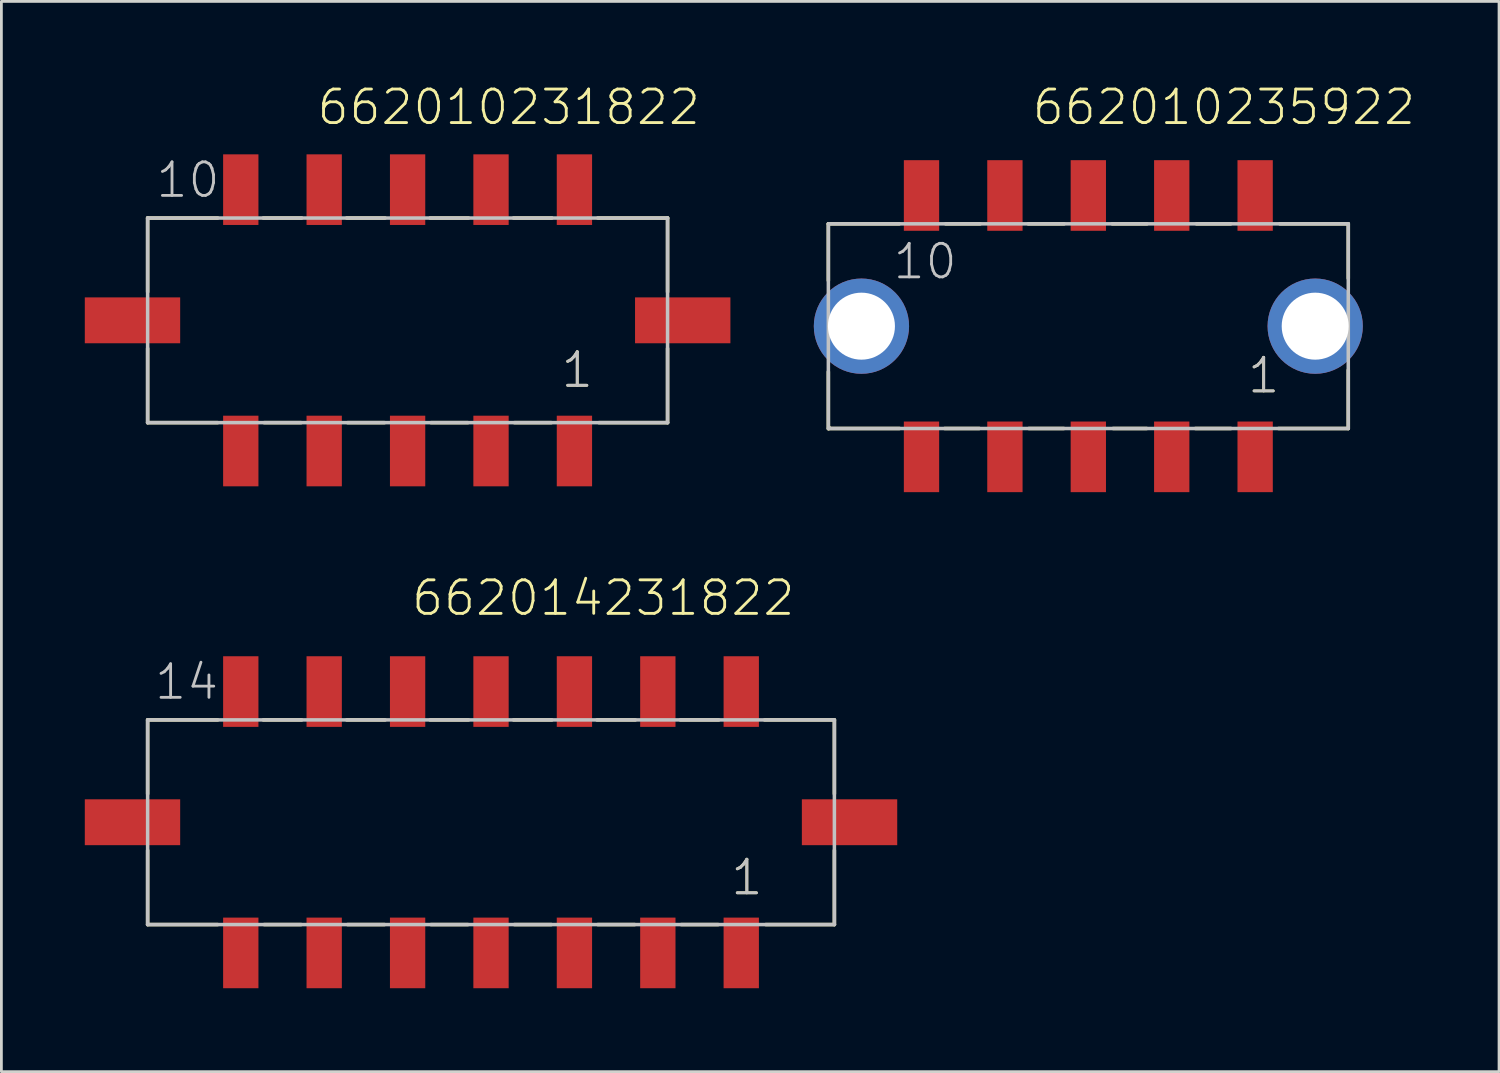
<source format=kicad_pcb>
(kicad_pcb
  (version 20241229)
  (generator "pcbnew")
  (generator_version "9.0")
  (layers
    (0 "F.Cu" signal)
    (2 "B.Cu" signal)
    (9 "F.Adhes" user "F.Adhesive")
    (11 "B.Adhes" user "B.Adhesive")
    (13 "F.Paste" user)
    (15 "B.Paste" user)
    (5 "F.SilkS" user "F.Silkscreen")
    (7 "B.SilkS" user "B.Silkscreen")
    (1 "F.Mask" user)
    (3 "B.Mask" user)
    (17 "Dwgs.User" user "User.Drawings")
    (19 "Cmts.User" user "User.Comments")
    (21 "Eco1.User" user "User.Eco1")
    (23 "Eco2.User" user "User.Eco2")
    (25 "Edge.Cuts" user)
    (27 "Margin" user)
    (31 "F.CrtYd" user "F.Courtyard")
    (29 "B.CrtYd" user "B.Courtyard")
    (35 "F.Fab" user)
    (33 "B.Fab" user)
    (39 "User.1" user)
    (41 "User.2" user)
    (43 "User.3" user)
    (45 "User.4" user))
  (footprint "662014231822"
    (layer "F.Cu")
    (at 14.61 26.523)
    (property "Reference" "662014231822" (at -2.92 -7.36 0) (layer "F.SilkS") (effects (font (size 1.206 1.206) (thickness 0.102)) (justify left bottom)))
    (attr through_hole)
    (fp_line (start -12.35 -3.68) (end -12.35 -1.02) (stroke (width 0.127) (type solid)) (layer "F.SilkS"))
    (fp_line (start -12.35 1.01) (end -12.35 3.68) (stroke (width 0.127) (type solid)) (layer "F.SilkS"))
    (fp_line (start -9.83 -3.68) (end -12.35 -3.68) (stroke (width 0.127) (type solid)) (layer "F.SilkS"))
    (fp_line (start -9.83 3.68) (end -12.35 3.68) (stroke (width 0.127) (type solid)) (layer "F.SilkS"))
    (fp_line (start -8.19 -3.68) (end -6.81 -3.68) (stroke (width 0.127) (type solid)) (layer "F.SilkS"))
    (fp_line (start -8.16 3.68) (end -6.83 3.68) (stroke (width 0.127) (type solid)) (layer "F.SilkS"))
    (fp_line (start -5.19 -3.68) (end -3.81 -3.68) (stroke (width 0.127) (type solid)) (layer "F.SilkS"))
    (fp_line (start -5.16 3.68) (end -3.83 3.68) (stroke (width 0.127) (type solid)) (layer "F.SilkS"))
    (fp_line (start -2.19 -3.68) (end -0.81 -3.68) (stroke (width 0.127) (type solid)) (layer "F.SilkS"))
    (fp_line (start -2.16 3.68) (end -0.83 3.68) (stroke (width 0.127) (type solid)) (layer "F.SilkS"))
    (fp_line (start 0.81 -3.68) (end 2.19 -3.68) (stroke (width 0.127) (type solid)) (layer "F.SilkS"))
    (fp_line (start 0.84 3.68) (end 2.17 3.68) (stroke (width 0.127) (type solid)) (layer "F.SilkS"))
    (fp_line (start 3.81 -3.68) (end 5.19 -3.68) (stroke (width 0.127) (type solid)) (layer "F.SilkS"))
    (fp_line (start 3.84 3.68) (end 5.17 3.68) (stroke (width 0.127) (type solid)) (layer "F.SilkS"))
    (fp_line (start 6.81 -3.68) (end 8.19 -3.68) (stroke (width 0.127) (type solid)) (layer "F.SilkS"))
    (fp_line (start 6.84 3.68) (end 8.17 3.68) (stroke (width 0.127) (type solid)) (layer "F.SilkS"))
    (fp_line (start 9.84 -3.68) (end 12.35 -3.68) (stroke (width 0.127) (type solid)) (layer "F.SilkS"))
    (fp_line (start 12.35 -3.68) (end 12.35 -1.02) (stroke (width 0.127) (type solid)) (layer "F.SilkS"))
    (fp_line (start 12.35 1.01) (end 12.35 3.68) (stroke (width 0.127) (type solid)) (layer "F.SilkS"))
    (fp_line (start 12.35 3.68) (end 9.88 3.68) (stroke (width 0.127) (type solid)) (layer "F.SilkS"))
    (fp_line (start -12.35 -3.68) (end 12.35 -3.68) (stroke (width 0.127) (type solid)) (layer "Dwgs.User"))
    (fp_line (start -12.35 3.68) (end -12.35 -3.68) (stroke (width 0.127) (type solid)) (layer "Dwgs.User"))
    (fp_line (start 12.35 -3.68) (end 12.35 3.68) (stroke (width 0.127) (type solid)) (layer "Dwgs.User"))
    (fp_line (start 12.35 3.68) (end -12.35 3.68) (stroke (width 0.127) (type solid)) (layer "Dwgs.User"))
    (fp_text user "1" (at 8.56 2.69 0) (layer "F.SilkS") (effects (font (size 1.206 1.206) (thickness 0.102)) (justify left bottom)))
    (fp_text user "14" (at -12.165 -4.34 0) (layer "Dwgs.User") (effects (font (size 1.206 1.206) (thickness 0.102)) (justify left bottom)))
    (fp_text user "1" (at 8.56 2.69 0) (layer "Dwgs.User") (effects (font (size 1.206 1.206) (thickness 0.102)) (justify left bottom)))
    (pad "1" smd rect (at 9 4.7 90) (size 2.54 1.27) (layers "F.Cu" "F.Mask" "F.Paste"))
    (pad "2" smd rect (at 6 4.7 90) (size 2.54 1.27) (layers "F.Cu" "F.Mask" "F.Paste"))
    (pad "3" smd rect (at 3 4.7 90) (size 2.54 1.27) (layers "F.Cu" "F.Mask" "F.Paste"))
    (pad "4" smd rect (at 0 4.7 90) (size 2.54 1.27) (layers "F.Cu" "F.Mask" "F.Paste"))
    (pad "5" smd rect (at -3 4.7 90) (size 2.54 1.27) (layers "F.Cu" "F.Mask" "F.Paste"))
    (pad "6" smd rect (at -6 4.7 90) (size 2.54 1.27) (layers "F.Cu" "F.Mask" "F.Paste"))
    (pad "7" smd rect (at -9 4.7 90) (size 2.54 1.27) (layers "F.Cu" "F.Mask" "F.Paste"))
    (pad "8" smd rect (at 9 -4.7 90) (size 2.54 1.27) (layers "F.Cu" "F.Mask" "F.Paste"))
    (pad "9" smd rect (at 6 -4.7 90) (size 2.54 1.27) (layers "F.Cu" "F.Mask" "F.Paste"))
    (pad "10" smd rect (at 3 -4.7 90) (size 2.54 1.27) (layers "F.Cu" "F.Mask" "F.Paste"))
    (pad "11" smd rect (at 0 -4.7 90) (size 2.54 1.27) (layers "F.Cu" "F.Mask" "F.Paste"))
    (pad "12" smd rect (at -3 -4.7 90) (size 2.54 1.27) (layers "F.Cu" "F.Mask" "F.Paste"))
    (pad "13" smd rect (at -6 -4.7 90) (size 2.54 1.27) (layers "F.Cu" "F.Mask" "F.Paste"))
    (pad "14" smd rect (at -9 -4.7 90) (size 2.54 1.27) (layers "F.Cu" "F.Mask" "F.Paste"))
    (pad "M1" smd rect (at 12.895 0 180) (size 3.43 1.65) (layers "F.Cu" "F.Mask" "F.Paste"))
    (pad "M2" smd rect (at -12.895 0 180) (size 3.43 1.65) (layers "F.Cu" "F.Mask" "F.Paste")))
  (footprint "662010235922"
    (layer "F.Cu")
    (at 36.093 8.681)
    (property "Reference" "662010235922" (at -2.08 -7.17 0) (layer "F.SilkS") (effects (font (size 1.206 1.206) (thickness 0.102)) (justify left bottom)))
    (attr through_hole)
    (fp_line (start -9.35 -3.68) (end -9.35 -1.64) (stroke (width 0.127) (type solid)) (layer "F.SilkS"))
    (fp_line (start -9.35 1.64) (end -9.35 3.69) (stroke (width 0.127) (type solid)) (layer "F.SilkS"))
    (fp_line (start -9.33 3.68) (end -9.33 3.63) (stroke (width 0.127) (type solid)) (layer "F.SilkS"))
    (fp_line (start -6.8 -3.68) (end -9.35 -3.68) (stroke (width 0.127) (type solid)) (layer "F.SilkS"))
    (fp_line (start -6.79 3.68) (end -9.33 3.68) (stroke (width 0.127) (type solid)) (layer "F.SilkS"))
    (fp_line (start -5.17 3.68) (end -3.92 3.68) (stroke (width 0.127) (type solid)) (layer "F.SilkS"))
    (fp_line (start -5.13 -3.68) (end -3.89 -3.68) (stroke (width 0.127) (type solid)) (layer "F.SilkS"))
    (fp_line (start -2.16 -3.68) (end -0.87 -3.68) (stroke (width 0.127) (type solid)) (layer "F.SilkS"))
    (fp_line (start -2.14 3.68) (end -0.88 3.68) (stroke (width 0.127) (type solid)) (layer "F.SilkS"))
    (fp_line (start 0.86 -3.68) (end 2.11 -3.68) (stroke (width 0.127) (type solid)) (layer "F.SilkS"))
    (fp_line (start 0.89 3.68) (end 2.1 3.68) (stroke (width 0.127) (type solid)) (layer "F.SilkS"))
    (fp_line (start 3.85 3.68) (end 5.13 3.68) (stroke (width 0.127) (type solid)) (layer "F.SilkS"))
    (fp_line (start 3.89 -3.68) (end 5.12 -3.68) (stroke (width 0.127) (type solid)) (layer "F.SilkS"))
    (fp_line (start 6.84 3.68) (end 9.35 3.68) (stroke (width 0.127) (type solid)) (layer "F.SilkS"))
    (fp_line (start 6.89 -3.68) (end 9.35 -3.68) (stroke (width 0.127) (type solid)) (layer "F.SilkS"))
    (fp_line (start 9.35 -3.68) (end 9.35 -1.72) (stroke (width 0.127) (type solid)) (layer "F.SilkS"))
    (fp_line (start 9.35 3.68) (end 9.35 1.58) (stroke (width 0.127) (type solid)) (layer "F.SilkS"))
    (fp_line (start -9.35 -3.68) (end 9.35 -3.68) (stroke (width 0.127) (type solid)) (layer "Dwgs.User"))
    (fp_line (start -9.35 3.68) (end -9.35 -3.68) (stroke (width 0.127) (type solid)) (layer "Dwgs.User"))
    (fp_line (start 9.35 -3.68) (end 9.35 3.68) (stroke (width 0.127) (type solid)) (layer "Dwgs.User"))
    (fp_line (start 9.35 3.68) (end -9.35 3.68) (stroke (width 0.127) (type solid)) (layer "Dwgs.User"))
    (fp_text user "1" (at 5.665 2.48 0) (layer "F.SilkS") (effects (font (size 1.206 1.206) (thickness 0.102)) (justify left bottom)))
    (fp_text user "1" (at 5.665 2.48 0) (layer "Dwgs.User") (effects (font (size 1.206 1.206) (thickness 0.102)) (justify left bottom)))
    (fp_text user "10" (at -7.085 -1.62 0) (layer "Dwgs.User") (effects (font (size 1.206 1.206) (thickness 0.102)) (justify left bottom)))
    (pad "1" smd rect (at 6 4.7 90) (size 2.54 1.27) (layers "F.Cu" "F.Mask" "F.Paste"))
    (pad "2" smd rect (at 3 4.7 90) (size 2.54 1.27) (layers "F.Cu" "F.Mask" "F.Paste"))
    (pad "3" smd rect (at 0 4.7 90) (size 2.54 1.27) (layers "F.Cu" "F.Mask" "F.Paste"))
    (pad "4" smd rect (at -3 4.7 90) (size 2.54 1.27) (layers "F.Cu" "F.Mask" "F.Paste"))
    (pad "5" smd rect (at -6 4.7 90) (size 2.54 1.27) (layers "F.Cu" "F.Mask" "F.Paste"))
    (pad "6" smd rect (at 6 -4.7 90) (size 2.54 1.27) (layers "F.Cu" "F.Mask" "F.Paste"))
    (pad "7" smd rect (at 3 -4.7 90) (size 2.54 1.27) (layers "F.Cu" "F.Mask" "F.Paste"))
    (pad "8" smd rect (at 0 -4.7 90) (size 2.54 1.27) (layers "F.Cu" "F.Mask" "F.Paste"))
    (pad "9" smd rect (at -3 -4.7 90) (size 2.54 1.27) (layers "F.Cu" "F.Mask" "F.Paste"))
    (pad "10" smd rect (at -6 -4.7 90) (size 2.54 1.27) (layers "F.Cu" "F.Mask" "F.Paste"))
    (pad "Z1" thru_hole circle (at -8.16 0) (size 3.426 3.426) (drill 2.41) (layers "*.Cu" "*.Mask"))
    (pad "Z2" thru_hole circle (at 8.16 0) (size 3.426 3.426) (drill 2.41) (layers "*.Cu" "*.Mask")))
  (footprint "662010231822"
    (layer "F.Cu")
    (at 11.61 8.471)
    (property "Reference" "662010231822" (at -3.32 -6.96 0) (layer "F.SilkS") (effects (font (size 1.206 1.206) (thickness 0.102)) (justify left bottom)))
    (attr through_hole)
    (fp_line (start -9.35 -3.68) (end -9.35 -1.02) (stroke (width 0.127) (type solid)) (layer "F.SilkS"))
    (fp_line (start -9.35 1.01) (end -9.35 3.68) (stroke (width 0.127) (type solid)) (layer "F.SilkS"))
    (fp_line (start -6.83 -3.68) (end -9.35 -3.68) (stroke (width 0.127) (type solid)) (layer "F.SilkS"))
    (fp_line (start -6.83 3.68) (end -9.35 3.68) (stroke (width 0.127) (type solid)) (layer "F.SilkS"))
    (fp_line (start -5.19 -3.68) (end -3.81 -3.68) (stroke (width 0.127) (type solid)) (layer "F.SilkS"))
    (fp_line (start -5.16 3.68) (end -3.83 3.68) (stroke (width 0.127) (type solid)) (layer "F.SilkS"))
    (fp_line (start -2.19 -3.68) (end -0.81 -3.68) (stroke (width 0.127) (type solid)) (layer "F.SilkS"))
    (fp_line (start -2.16 3.68) (end -0.83 3.68) (stroke (width 0.127) (type solid)) (layer "F.SilkS"))
    (fp_line (start 0.81 -3.68) (end 2.19 -3.68) (stroke (width 0.127) (type solid)) (layer "F.SilkS"))
    (fp_line (start 0.84 3.68) (end 2.17 3.68) (stroke (width 0.127) (type solid)) (layer "F.SilkS"))
    (fp_line (start 3.81 -3.68) (end 5.19 -3.68) (stroke (width 0.127) (type solid)) (layer "F.SilkS"))
    (fp_line (start 3.84 3.68) (end 5.17 3.68) (stroke (width 0.127) (type solid)) (layer "F.SilkS"))
    (fp_line (start 6.84 -3.68) (end 9.35 -3.68) (stroke (width 0.127) (type solid)) (layer "F.SilkS"))
    (fp_line (start 9.35 -3.68) (end 9.35 -1.02) (stroke (width 0.127) (type solid)) (layer "F.SilkS"))
    (fp_line (start 9.35 1.01) (end 9.35 3.68) (stroke (width 0.127) (type solid)) (layer "F.SilkS"))
    (fp_line (start 9.35 3.68) (end 6.88 3.68) (stroke (width 0.127) (type solid)) (layer "F.SilkS"))
    (fp_line (start -9.35 -3.68) (end 9.35 -3.68) (stroke (width 0.127) (type solid)) (layer "Dwgs.User"))
    (fp_line (start -9.35 3.68) (end -9.35 -3.68) (stroke (width 0.127) (type solid)) (layer "Dwgs.User"))
    (fp_line (start 9.35 -3.68) (end 9.35 3.68) (stroke (width 0.127) (type solid)) (layer "Dwgs.User"))
    (fp_line (start 9.35 3.68) (end -9.35 3.68) (stroke (width 0.127) (type solid)) (layer "Dwgs.User"))
    (fp_text user "1" (at 5.46 2.49 0) (layer "F.SilkS") (effects (font (size 1.206 1.206) (thickness 0.102)) (justify left bottom)))
    (fp_text user "1" (at 5.46 2.49 0) (layer "Dwgs.User") (effects (font (size 1.206 1.206) (thickness 0.102)) (justify left bottom)))
    (fp_text user "10" (at -9.115 -4.34 0) (layer "Dwgs.User") (effects (font (size 1.206 1.206) (thickness 0.102)) (justify left bottom)))
    (pad "1" smd rect (at 6 4.7 90) (size 2.54 1.27) (layers "F.Cu" "F.Mask" "F.Paste"))
    (pad "2" smd rect (at 3 4.7 90) (size 2.54 1.27) (layers "F.Cu" "F.Mask" "F.Paste"))
    (pad "3" smd rect (at 0 4.7 90) (size 2.54 1.27) (layers "F.Cu" "F.Mask" "F.Paste"))
    (pad "4" smd rect (at -3 4.7 90) (size 2.54 1.27) (layers "F.Cu" "F.Mask" "F.Paste"))
    (pad "5" smd rect (at -6 4.7 90) (size 2.54 1.27) (layers "F.Cu" "F.Mask" "F.Paste"))
    (pad "6" smd rect (at 6 -4.7 90) (size 2.54 1.27) (layers "F.Cu" "F.Mask" "F.Paste"))
    (pad "7" smd rect (at 3 -4.7 90) (size 2.54 1.27) (layers "F.Cu" "F.Mask" "F.Paste"))
    (pad "8" smd rect (at 0 -4.7 90) (size 2.54 1.27) (layers "F.Cu" "F.Mask" "F.Paste"))
    (pad "9" smd rect (at -3 -4.7 90) (size 2.54 1.27) (layers "F.Cu" "F.Mask" "F.Paste"))
    (pad "10" smd rect (at -6 -4.7 90) (size 2.54 1.27) (layers "F.Cu" "F.Mask" "F.Paste"))
    (pad "M1" smd rect (at 9.895 0 180) (size 3.43 1.65) (layers "F.Cu" "F.Mask" "F.Paste"))
    (pad "M2" smd rect (at -9.895 0 180) (size 3.43 1.65) (layers "F.Cu" "F.Mask" "F.Paste")))
  (gr_rect
    (start -3 -3)
    (end 50.865 35.493)
    (stroke (width 0.1) (type default))
    (fill no)
    (layer "Edge.Cuts")))
</source>
